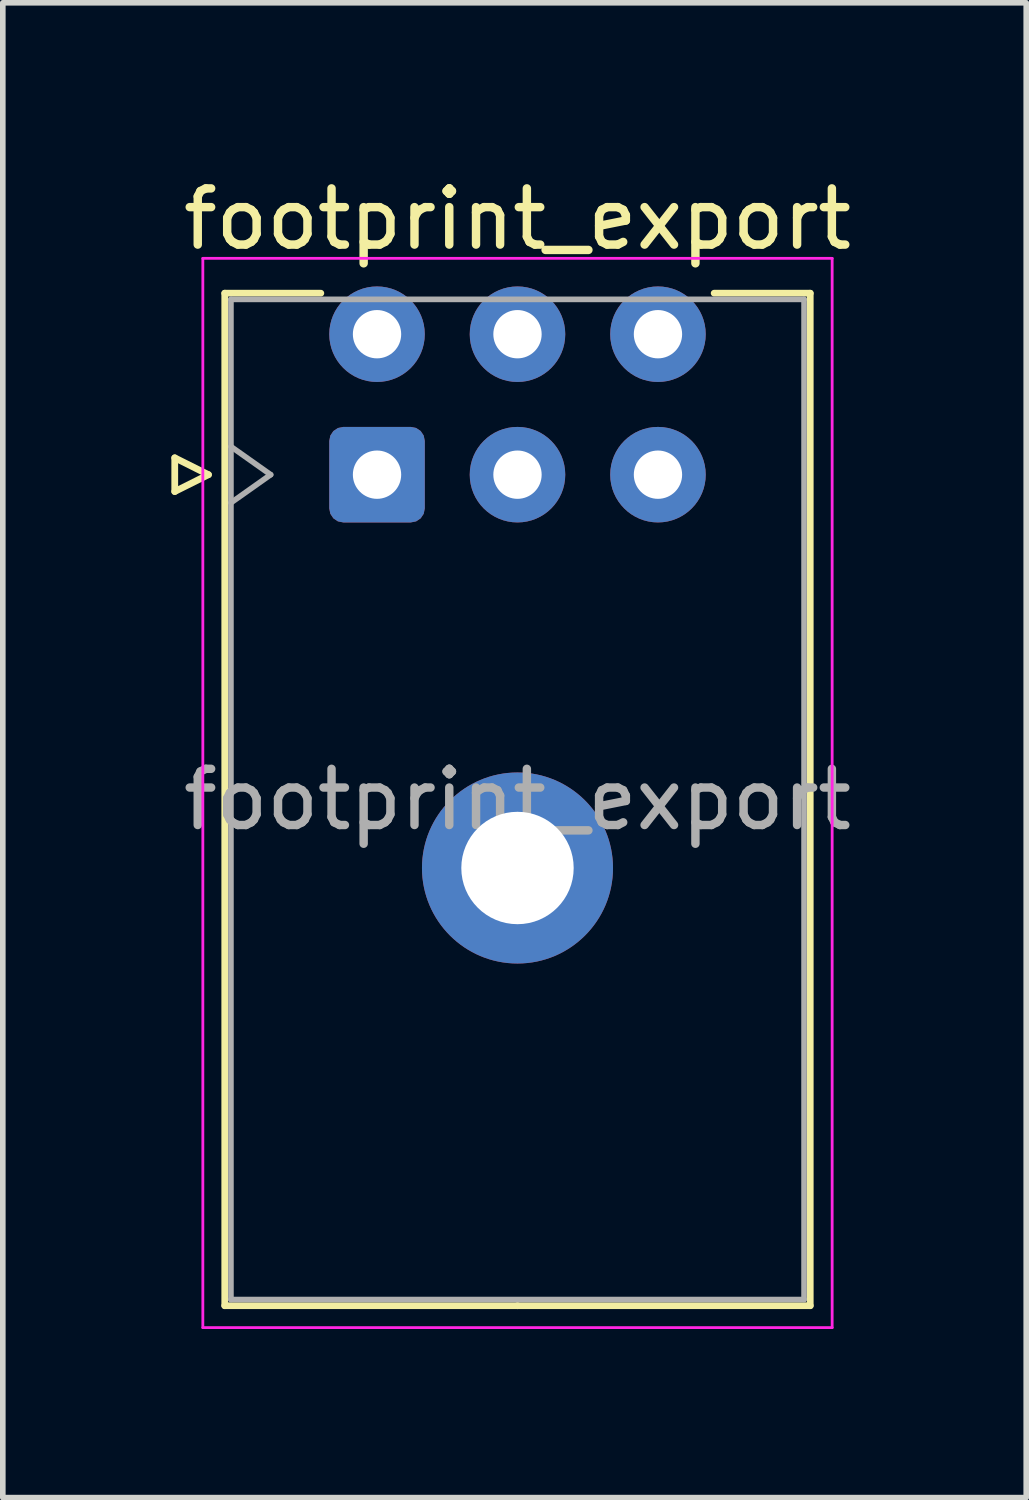
<source format=kicad_pcb>
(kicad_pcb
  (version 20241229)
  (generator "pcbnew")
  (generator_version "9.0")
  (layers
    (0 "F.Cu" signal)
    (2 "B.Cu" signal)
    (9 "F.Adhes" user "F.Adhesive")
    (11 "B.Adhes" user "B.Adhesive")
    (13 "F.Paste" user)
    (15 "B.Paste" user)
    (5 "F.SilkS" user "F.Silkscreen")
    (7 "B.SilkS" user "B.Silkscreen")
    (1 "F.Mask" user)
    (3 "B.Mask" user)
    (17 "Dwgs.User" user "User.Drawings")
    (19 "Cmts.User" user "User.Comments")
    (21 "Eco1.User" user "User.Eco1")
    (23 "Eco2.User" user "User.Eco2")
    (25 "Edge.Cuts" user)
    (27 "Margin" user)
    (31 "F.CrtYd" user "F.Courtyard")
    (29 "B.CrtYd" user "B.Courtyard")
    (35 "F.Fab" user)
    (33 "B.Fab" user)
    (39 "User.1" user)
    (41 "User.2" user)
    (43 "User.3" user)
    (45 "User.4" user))
  (footprint "footprint_export"
    (layer "F.Cu")
    (at 3.66 5.398)
    (property "Reference" "footprint_export" (at 2.5 -4.55 0) (layer "F.SilkS") (effects (font (size 1 1) (thickness 0.15))))
    (attr through_hole)
    (fp_line (start -3.6 -0.3) (end -3 0) (stroke (width 0.12) (type solid)) (layer "F.SilkS"))
    (fp_line (start -3.6 0.3) (end -3.6 -0.3) (stroke (width 0.12) (type solid)) (layer "F.SilkS"))
    (fp_line (start -3 0) (end -3.6 0.3) (stroke (width 0.12) (type solid)) (layer "F.SilkS"))
    (fp_line (start -2.71 -3.23) (end -2.71 14.79) (stroke (width 0.12) (type solid)) (layer "F.SilkS"))
    (fp_line (start -2.71 14.79) (end 2.5 14.79) (stroke (width 0.12) (type solid)) (layer "F.SilkS"))
    (fp_line (start -1 -3.23) (end -2.71 -3.23) (stroke (width 0.12) (type solid)) (layer "F.SilkS"))
    (fp_line (start 6 -3.23) (end 7.71 -3.23) (stroke (width 0.12) (type solid)) (layer "F.SilkS"))
    (fp_line (start 7.71 -3.23) (end 7.71 14.79) (stroke (width 0.12) (type solid)) (layer "F.SilkS"))
    (fp_line (start 7.71 14.79) (end 2.5 14.79) (stroke (width 0.12) (type solid)) (layer "F.SilkS"))
    (fp_line (start -3.1 -3.85) (end -3.1 15.18) (stroke (width 0.05) (type solid)) (layer "F.CrtYd"))
    (fp_line (start -3.1 15.18) (end 8.1 15.18) (stroke (width 0.05) (type solid)) (layer "F.CrtYd"))
    (fp_line (start 8.1 -3.85) (end -3.1 -3.85) (stroke (width 0.05) (type solid)) (layer "F.CrtYd"))
    (fp_line (start 8.1 15.18) (end 8.1 -3.85) (stroke (width 0.05) (type solid)) (layer "F.CrtYd"))
    (fp_line (start -2.6 -3.12) (end -2.6 14.68) (stroke (width 0.1) (type solid)) (layer "F.Fab"))
    (fp_line (start -2.6 0.5) (end -1.893 0) (stroke (width 0.1) (type solid)) (layer "F.Fab"))
    (fp_line (start -2.6 14.68) (end 7.6 14.68) (stroke (width 0.1) (type solid)) (layer "F.Fab"))
    (fp_line (start -1.893 0) (end -2.6 -0.5) (stroke (width 0.1) (type solid)) (layer "F.Fab"))
    (fp_line (start 7.6 -3.12) (end -2.6 -3.12) (stroke (width 0.1) (type solid)) (layer "F.Fab"))
    (fp_line (start 7.6 14.68) (end 7.6 -3.12) (stroke (width 0.1) (type solid)) (layer "F.Fab"))
    (fp_text user "${REFERENCE}" (at 2.5 5.78 0) (layer "F.Fab") (effects (font (size 1 1) (thickness 0.15))))
    (pad "" thru_hole circle (at 2.5 7) (size 3.4 3.4) (drill 2) (layers "*.Cu" "*.Mask"))
    (pad "1" thru_hole roundrect (at 0 0) (size 1.7 1.7) (drill 0.86) (layers "*.Cu" "*.Mask") (roundrect_rratio 0.147))
    (pad "2" thru_hole circle (at 2.5 0) (size 1.7 1.7) (drill 0.86) (layers "*.Cu" "*.Mask"))
    (pad "3" thru_hole circle (at 5 0) (size 1.7 1.7) (drill 0.86) (layers "*.Cu" "*.Mask"))
    (pad "4" thru_hole circle (at 0 -2.5) (size 1.7 1.7) (drill 0.86) (layers "*.Cu" "*.Mask"))
    (pad "5" thru_hole circle (at 2.5 -2.5) (size 1.7 1.7) (drill 0.86) (layers "*.Cu" "*.Mask"))
    (pad "6" thru_hole circle (at 5 -2.5) (size 1.7 1.7) (drill 0.86) (layers "*.Cu" "*.Mask")))
  (gr_rect
    (start -3 -3)
    (end 15.214 23.603)
    (stroke (width 0.1) (type default))
    (fill no)
    (layer "Edge.Cuts")))
</source>
